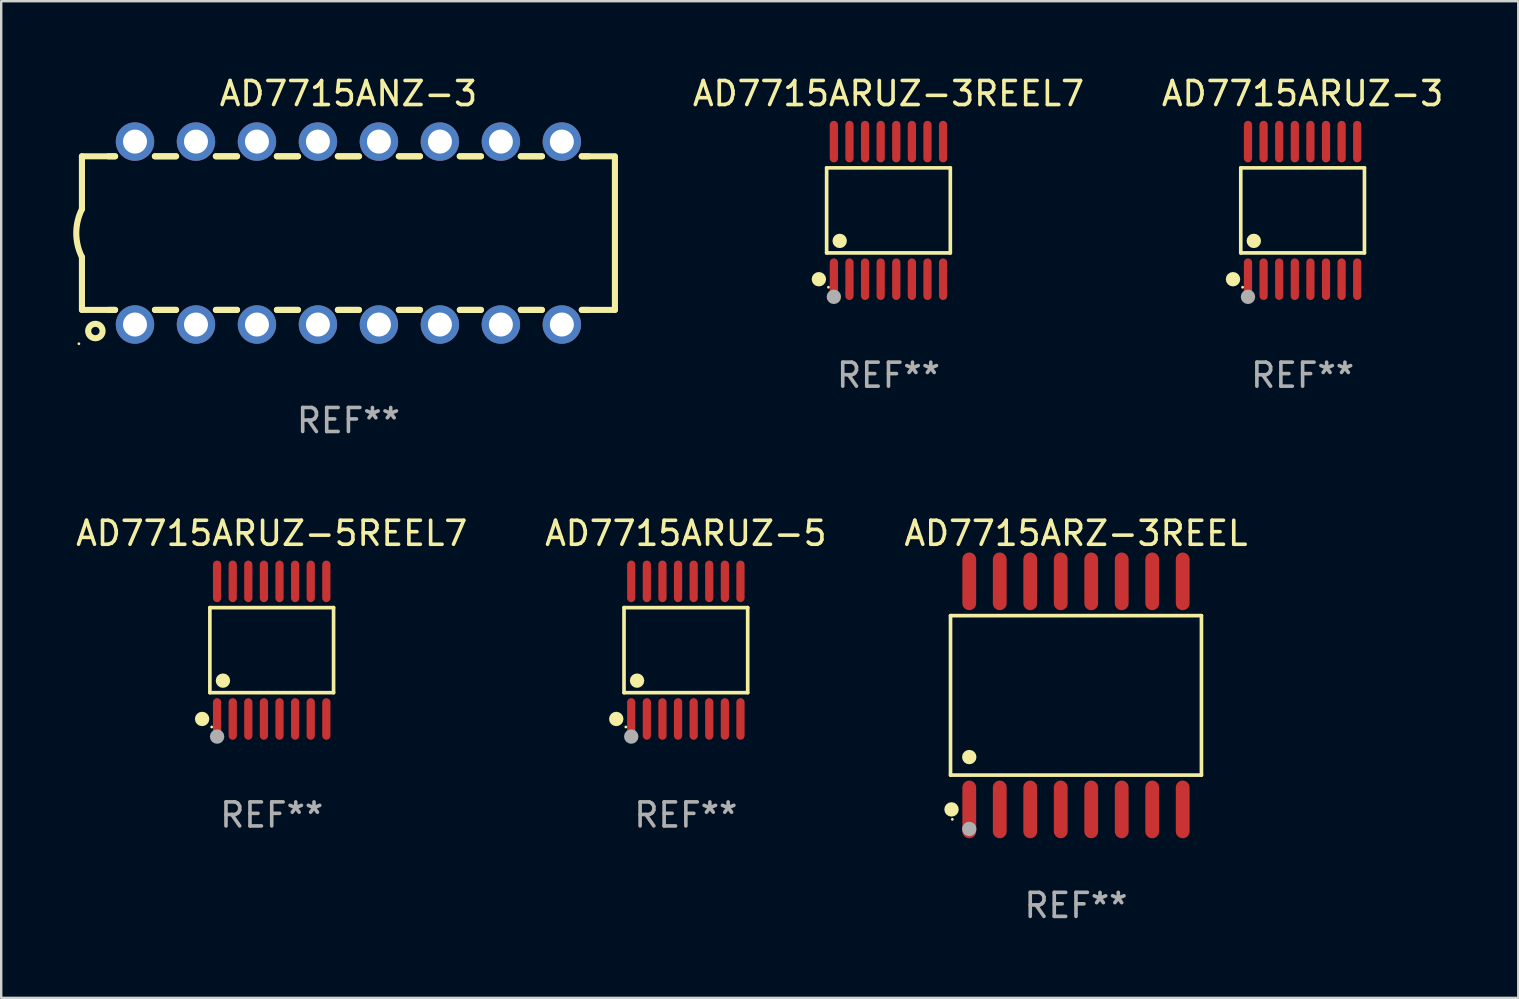
<source format=kicad_pcb>
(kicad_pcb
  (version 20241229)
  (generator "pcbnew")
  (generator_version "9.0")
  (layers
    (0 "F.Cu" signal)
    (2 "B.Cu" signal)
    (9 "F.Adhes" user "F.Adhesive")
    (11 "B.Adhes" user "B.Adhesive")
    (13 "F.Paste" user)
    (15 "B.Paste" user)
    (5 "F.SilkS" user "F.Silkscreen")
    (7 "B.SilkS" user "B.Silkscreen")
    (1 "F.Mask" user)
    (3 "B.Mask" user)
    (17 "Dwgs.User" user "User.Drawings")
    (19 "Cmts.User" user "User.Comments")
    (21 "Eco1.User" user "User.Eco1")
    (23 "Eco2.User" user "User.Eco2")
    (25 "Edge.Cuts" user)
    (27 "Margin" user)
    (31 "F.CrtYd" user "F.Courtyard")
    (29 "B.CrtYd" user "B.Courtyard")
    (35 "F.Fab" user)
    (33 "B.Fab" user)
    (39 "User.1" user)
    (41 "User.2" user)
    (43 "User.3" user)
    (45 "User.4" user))
  (footprint "AD7715ARUZ-5REEL7"
    (layer "F.Cu")
    (at 8.268 24.031)
    (property "Reference" "AD7715ARUZ-5REEL7" (at 0 -4.866 0) (layer "F.SilkS") (effects (font (size 1 1) (thickness 0.15))))
    (attr through_hole)
    (fp_line (start -2.576 -1.772) (end 2.576 -1.772) (stroke (width 0.152) (type solid)) (layer "F.SilkS"))
    (fp_line (start -2.576 1.771) (end -2.576 -1.772) (stroke (width 0.152) (type solid)) (layer "F.SilkS"))
    (fp_line (start 2.576 -1.772) (end 2.576 1.771) (stroke (width 0.152) (type solid)) (layer "F.SilkS"))
    (fp_line (start 2.576 1.771) (end -2.576 1.771) (stroke (width 0.152) (type solid)) (layer "F.SilkS"))
    (fp_circle (center -2.899 2.866) (end -2.749 2.866) (stroke (width 0.3) (type solid)) (fill no) (layer "F.SilkS"))
    (fp_circle (center -2.5 3.2) (end -2.47 3.2) (stroke (width 0.06) (type solid)) (fill no) (layer "F.SilkS"))
    (fp_circle (center -2.032 1.27) (end -1.882 1.27) (stroke (width 0.3) (type solid)) (fill no) (layer "F.SilkS"))
    (fp_circle (center -2.275 3.6) (end -2.125 3.6) (stroke (width 0.3) (type solid)) (fill no) (layer "F.Fab"))
    (fp_text user "REF**" (at 0 6.866 0) (layer "F.Fab") (effects (font (size 1 1) (thickness 0.15))))
    (pad "1" smd oval (at -2.275 2.866) (size 0.343 1.731) (layers "F.Cu" "F.Mask" "F.Paste"))
    (pad "2" smd oval (at -1.625 2.866) (size 0.343 1.731) (layers "F.Cu" "F.Mask" "F.Paste"))
    (pad "3" smd oval (at -0.975 2.866) (size 0.343 1.731) (layers "F.Cu" "F.Mask" "F.Paste"))
    (pad "4" smd oval (at -0.325 2.866) (size 0.343 1.731) (layers "F.Cu" "F.Mask" "F.Paste"))
    (pad "5" smd oval (at 0.325 2.866) (size 0.343 1.731) (layers "F.Cu" "F.Mask" "F.Paste"))
    (pad "6" smd oval (at 0.975 2.866) (size 0.343 1.731) (layers "F.Cu" "F.Mask" "F.Paste"))
    (pad "7" smd oval (at 1.625 2.866) (size 0.343 1.731) (layers "F.Cu" "F.Mask" "F.Paste"))
    (pad "8" smd oval (at 2.275 2.866) (size 0.343 1.731) (layers "F.Cu" "F.Mask" "F.Paste"))
    (pad "9" smd oval (at 2.275 -2.866) (size 0.343 1.731) (layers "F.Cu" "F.Mask" "F.Paste"))
    (pad "10" smd oval (at 1.625 -2.866) (size 0.343 1.731) (layers "F.Cu" "F.Mask" "F.Paste"))
    (pad "11" smd oval (at 0.975 -2.866) (size 0.343 1.731) (layers "F.Cu" "F.Mask" "F.Paste"))
    (pad "12" smd oval (at 0.325 -2.866) (size 0.343 1.731) (layers "F.Cu" "F.Mask" "F.Paste"))
    (pad "13" smd oval (at -0.325 -2.866) (size 0.343 1.731) (layers "F.Cu" "F.Mask" "F.Paste"))
    (pad "14" smd oval (at -0.975 -2.866) (size 0.343 1.731) (layers "F.Cu" "F.Mask" "F.Paste"))
    (pad "15" smd oval (at -1.625 -2.866) (size 0.343 1.731) (layers "F.Cu" "F.Mask" "F.Paste"))
    (pad "16" smd oval (at -2.275 -2.866) (size 0.343 1.731) (layers "F.Cu" "F.Mask" "F.Paste")))
  (footprint "AD7715ARUZ-3REEL7"
    (layer "F.Cu")
    (at 33.958 5.714)
    (property "Reference" "AD7715ARUZ-3REEL7" (at 0 -4.866 0) (layer "F.SilkS") (effects (font (size 1 1) (thickness 0.15))))
    (attr through_hole)
    (fp_line (start -2.576 -1.772) (end 2.576 -1.772) (stroke (width 0.152) (type solid)) (layer "F.SilkS"))
    (fp_line (start -2.576 1.771) (end -2.576 -1.772) (stroke (width 0.152) (type solid)) (layer "F.SilkS"))
    (fp_line (start 2.576 -1.772) (end 2.576 1.771) (stroke (width 0.152) (type solid)) (layer "F.SilkS"))
    (fp_line (start 2.576 1.771) (end -2.576 1.771) (stroke (width 0.152) (type solid)) (layer "F.SilkS"))
    (fp_circle (center -2.899 2.866) (end -2.749 2.866) (stroke (width 0.3) (type solid)) (fill no) (layer "F.SilkS"))
    (fp_circle (center -2.5 3.2) (end -2.47 3.2) (stroke (width 0.06) (type solid)) (fill no) (layer "F.SilkS"))
    (fp_circle (center -2.032 1.27) (end -1.882 1.27) (stroke (width 0.3) (type solid)) (fill no) (layer "F.SilkS"))
    (fp_circle (center -2.275 3.6) (end -2.125 3.6) (stroke (width 0.3) (type solid)) (fill no) (layer "F.Fab"))
    (fp_text user "REF**" (at 0 6.866 0) (layer "F.Fab") (effects (font (size 1 1) (thickness 0.15))))
    (pad "1" smd oval (at -2.275 2.866) (size 0.343 1.731) (layers "F.Cu" "F.Mask" "F.Paste"))
    (pad "2" smd oval (at -1.625 2.866) (size 0.343 1.731) (layers "F.Cu" "F.Mask" "F.Paste"))
    (pad "3" smd oval (at -0.975 2.866) (size 0.343 1.731) (layers "F.Cu" "F.Mask" "F.Paste"))
    (pad "4" smd oval (at -0.325 2.866) (size 0.343 1.731) (layers "F.Cu" "F.Mask" "F.Paste"))
    (pad "5" smd oval (at 0.325 2.866) (size 0.343 1.731) (layers "F.Cu" "F.Mask" "F.Paste"))
    (pad "6" smd oval (at 0.975 2.866) (size 0.343 1.731) (layers "F.Cu" "F.Mask" "F.Paste"))
    (pad "7" smd oval (at 1.625 2.866) (size 0.343 1.731) (layers "F.Cu" "F.Mask" "F.Paste"))
    (pad "8" smd oval (at 2.275 2.866) (size 0.343 1.731) (layers "F.Cu" "F.Mask" "F.Paste"))
    (pad "9" smd oval (at 2.275 -2.866) (size 0.343 1.731) (layers "F.Cu" "F.Mask" "F.Paste"))
    (pad "10" smd oval (at 1.625 -2.866) (size 0.343 1.731) (layers "F.Cu" "F.Mask" "F.Paste"))
    (pad "11" smd oval (at 0.975 -2.866) (size 0.343 1.731) (layers "F.Cu" "F.Mask" "F.Paste"))
    (pad "12" smd oval (at 0.325 -2.866) (size 0.343 1.731) (layers "F.Cu" "F.Mask" "F.Paste"))
    (pad "13" smd oval (at -0.325 -2.866) (size 0.343 1.731) (layers "F.Cu" "F.Mask" "F.Paste"))
    (pad "14" smd oval (at -0.975 -2.866) (size 0.343 1.731) (layers "F.Cu" "F.Mask" "F.Paste"))
    (pad "15" smd oval (at -1.625 -2.866) (size 0.343 1.731) (layers "F.Cu" "F.Mask" "F.Paste"))
    (pad "16" smd oval (at -2.275 -2.866) (size 0.343 1.731) (layers "F.Cu" "F.Mask" "F.Paste")))
  (footprint "AD7715ARZ-3REEL"
    (layer "F.Cu")
    (at 41.768 25.915)
    (property "Reference" "AD7715ARZ-3REEL" (at 0 -6.75 0) (layer "F.SilkS") (effects (font (size 1 1) (thickness 0.15))))
    (attr through_hole)
    (fp_line (start -5.226 -3.321) (end 5.226 -3.321) (stroke (width 0.152) (type solid)) (layer "F.SilkS"))
    (fp_line (start -5.226 3.321) (end -5.226 -3.321) (stroke (width 0.152) (type solid)) (layer "F.SilkS"))
    (fp_line (start 5.226 -3.321) (end 5.226 3.321) (stroke (width 0.152) (type solid)) (layer "F.SilkS"))
    (fp_line (start 5.226 3.321) (end -5.226 3.321) (stroke (width 0.152) (type solid)) (layer "F.SilkS"))
    (fp_circle (center -5.184 4.75) (end -5.034 4.75) (stroke (width 0.3) (type solid)) (fill no) (layer "F.SilkS"))
    (fp_circle (center -5.15 5.163) (end -5.12 5.163) (stroke (width 0.06) (type solid)) (fill no) (layer "F.SilkS"))
    (fp_circle (center -4.445 2.569) (end -4.295 2.569) (stroke (width 0.3) (type solid)) (fill no) (layer "F.SilkS"))
    (fp_circle (center -4.445 5.563) (end -4.295 5.563) (stroke (width 0.3) (type solid)) (fill no) (layer "F.Fab"))
    (fp_text user "REF**" (at 0 8.75 0) (layer "F.Fab") (effects (font (size 1 1) (thickness 0.15))))
    (pad "1" smd oval (at -4.445 4.75) (size 0.574 2.401) (layers "F.Cu" "F.Mask" "F.Paste"))
    (pad "2" smd oval (at -3.175 4.75) (size 0.574 2.401) (layers "F.Cu" "F.Mask" "F.Paste"))
    (pad "3" smd oval (at -1.905 4.75) (size 0.574 2.401) (layers "F.Cu" "F.Mask" "F.Paste"))
    (pad "4" smd oval (at -0.635 4.75) (size 0.574 2.401) (layers "F.Cu" "F.Mask" "F.Paste"))
    (pad "5" smd oval (at 0.635 4.75) (size 0.574 2.401) (layers "F.Cu" "F.Mask" "F.Paste"))
    (pad "6" smd oval (at 1.905 4.75) (size 0.574 2.401) (layers "F.Cu" "F.Mask" "F.Paste"))
    (pad "7" smd oval (at 3.175 4.75) (size 0.574 2.401) (layers "F.Cu" "F.Mask" "F.Paste"))
    (pad "8" smd oval (at 4.445 4.75) (size 0.574 2.401) (layers "F.Cu" "F.Mask" "F.Paste"))
    (pad "9" smd oval (at 4.445 -4.75) (size 0.574 2.401) (layers "F.Cu" "F.Mask" "F.Paste"))
    (pad "10" smd oval (at 3.175 -4.75) (size 0.574 2.401) (layers "F.Cu" "F.Mask" "F.Paste"))
    (pad "11" smd oval (at 1.905 -4.75) (size 0.574 2.401) (layers "F.Cu" "F.Mask" "F.Paste"))
    (pad "12" smd oval (at 0.635 -4.75) (size 0.574 2.401) (layers "F.Cu" "F.Mask" "F.Paste"))
    (pad "13" smd oval (at -0.635 -4.75) (size 0.574 2.401) (layers "F.Cu" "F.Mask" "F.Paste"))
    (pad "14" smd oval (at -1.905 -4.75) (size 0.574 2.401) (layers "F.Cu" "F.Mask" "F.Paste"))
    (pad "15" smd oval (at -3.175 -4.75) (size 0.574 2.401) (layers "F.Cu" "F.Mask" "F.Paste"))
    (pad "16" smd oval (at -4.445 -4.75) (size 0.574 2.401) (layers "F.Cu" "F.Mask" "F.Paste")))
  (footprint "AD7715ANZ-3"
    (layer "F.Cu")
    (at 11.463 6.658)
    (property "Reference" "AD7715ANZ-3" (at 0 -5.81 0) (layer "F.SilkS") (effects (font (size 1 1) (thickness 0.15))))
    (attr through_hole)
    (fp_line (start -11.1 -3.198) (end -9.719 -3.198) (stroke (width 0.254) (type solid)) (layer "F.SilkS"))
    (fp_line (start -11.1 -0.998) (end -11.1 -3.198) (stroke (width 0.254) (type solid)) (layer "F.SilkS"))
    (fp_line (start -11.1 3.2) (end -11.1 1) (stroke (width 0.254) (type solid)) (layer "F.SilkS"))
    (fp_line (start -11.1 3.2) (end -9.721 3.2) (stroke (width 0.254) (type solid)) (layer "F.SilkS"))
    (fp_line (start -10 -3.198) (end -9.719 -3.198) (stroke (width 0.254) (type solid)) (layer "F.SilkS"))
    (fp_line (start -10 3.2) (end -9.721 3.2) (stroke (width 0.254) (type solid)) (layer "F.SilkS"))
    (fp_line (start -8.061 -3.198) (end -7.179 -3.198) (stroke (width 0.254) (type solid)) (layer "F.SilkS"))
    (fp_line (start -8.061 -3.198) (end -7.179 -3.198) (stroke (width 0.254) (type solid)) (layer "F.SilkS"))
    (fp_line (start -8.059 3.2) (end -7.181 3.2) (stroke (width 0.254) (type solid)) (layer "F.SilkS"))
    (fp_line (start -8.059 3.2) (end -7.181 3.2) (stroke (width 0.254) (type solid)) (layer "F.SilkS"))
    (fp_line (start -5.521 -3.198) (end -4.639 -3.198) (stroke (width 0.254) (type solid)) (layer "F.SilkS"))
    (fp_line (start -5.521 -3.198) (end -4.639 -3.198) (stroke (width 0.254) (type solid)) (layer "F.SilkS"))
    (fp_line (start -5.519 3.2) (end -4.641 3.2) (stroke (width 0.254) (type solid)) (layer "F.SilkS"))
    (fp_line (start -5.519 3.2) (end -4.641 3.2) (stroke (width 0.254) (type solid)) (layer "F.SilkS"))
    (fp_line (start -2.981 -3.198) (end -2.099 -3.198) (stroke (width 0.254) (type solid)) (layer "F.SilkS"))
    (fp_line (start -2.981 -3.198) (end -2.099 -3.198) (stroke (width 0.254) (type solid)) (layer "F.SilkS"))
    (fp_line (start -2.979 3.2) (end -2.101 3.2) (stroke (width 0.254) (type solid)) (layer "F.SilkS"))
    (fp_line (start -2.979 3.2) (end -2.101 3.2) (stroke (width 0.254) (type solid)) (layer "F.SilkS"))
    (fp_line (start -0.441 -3.198) (end 0.441 -3.198) (stroke (width 0.254) (type solid)) (layer "F.SilkS"))
    (fp_line (start -0.441 -3.198) (end 0.441 -3.198) (stroke (width 0.254) (type solid)) (layer "F.SilkS"))
    (fp_line (start -0.439 3.2) (end 0.439 3.2) (stroke (width 0.254) (type solid)) (layer "F.SilkS"))
    (fp_line (start -0.439 3.2) (end 0.439 3.2) (stroke (width 0.254) (type solid)) (layer "F.SilkS"))
    (fp_line (start 2.099 -3.198) (end 2.981 -3.198) (stroke (width 0.254) (type solid)) (layer "F.SilkS"))
    (fp_line (start 2.099 -3.198) (end 2.981 -3.198) (stroke (width 0.254) (type solid)) (layer "F.SilkS"))
    (fp_line (start 2.101 3.2) (end 2.979 3.2) (stroke (width 0.254) (type solid)) (layer "F.SilkS"))
    (fp_line (start 2.101 3.2) (end 2.979 3.2) (stroke (width 0.254) (type solid)) (layer "F.SilkS"))
    (fp_line (start 4.639 -3.198) (end 5.521 -3.198) (stroke (width 0.254) (type solid)) (layer "F.SilkS"))
    (fp_line (start 4.639 -3.198) (end 5.521 -3.198) (stroke (width 0.254) (type solid)) (layer "F.SilkS"))
    (fp_line (start 4.641 3.2) (end 5.519 3.2) (stroke (width 0.254) (type solid)) (layer "F.SilkS"))
    (fp_line (start 4.641 3.2) (end 5.519 3.2) (stroke (width 0.254) (type solid)) (layer "F.SilkS"))
    (fp_line (start 7.179 -3.198) (end 8.061 -3.198) (stroke (width 0.254) (type solid)) (layer "F.SilkS"))
    (fp_line (start 7.179 -3.198) (end 8.061 -3.198) (stroke (width 0.254) (type solid)) (layer "F.SilkS"))
    (fp_line (start 7.181 3.2) (end 8.059 3.2) (stroke (width 0.254) (type solid)) (layer "F.SilkS"))
    (fp_line (start 7.181 3.2) (end 8.059 3.2) (stroke (width 0.254) (type solid)) (layer "F.SilkS"))
    (fp_line (start 9.719 -3.198) (end 10 -3.198) (stroke (width 0.254) (type solid)) (layer "F.SilkS"))
    (fp_line (start 9.719 -3.198) (end 11 -3.198) (stroke (width 0.254) (type solid)) (layer "F.SilkS"))
    (fp_line (start 9.721 3.2) (end 11.1 3.2) (stroke (width 0.254) (type solid)) (layer "F.SilkS"))
    (fp_line (start 9.721 3.2) (end 10 3.2) (stroke (width 0.254) (type solid)) (layer "F.SilkS"))
    (fp_line (start 11.1 3.2) (end 11.1 -3.2) (stroke (width 0.254) (type solid)) (layer "F.SilkS"))
    (fp_arc (start -11.099823 1.000762) (mid -11.335827 0.001303) (end -11.1 -0.998197) (stroke (width 0.254001) (type solid)) (layer "F.SilkS"))
    (fp_circle (center -11.227 4.61) (end -11.197 4.61) (stroke (width 0.06) (type solid)) (fill no) (layer "F.SilkS"))
    (fp_circle (center -10.54 4.08) (end -10.24 4.08) (stroke (width 0.254) (type solid)) (fill no) (layer "F.SilkS"))
    (fp_text user "REF**" (at 0 7.81 0) (layer "F.Fab") (effects (font (size 1 1) (thickness 0.15))))
    (pad "1" thru_hole circle (at -8.89 3.81) (size 1.6 1.6) (drill 1) (layers "*.Cu" "*.Mask"))
    (pad "2" thru_hole circle (at -6.35 3.81) (size 1.6 1.6) (drill 1) (layers "*.Cu" "*.Mask"))
    (pad "3" thru_hole circle (at -3.81 3.81) (size 1.6 1.6) (drill 1) (layers "*.Cu" "*.Mask"))
    (pad "4" thru_hole circle (at -1.27 3.81) (size 1.6 1.6) (drill 1) (layers "*.Cu" "*.Mask"))
    (pad "5" thru_hole circle (at 1.27 3.81) (size 1.6 1.6) (drill 1) (layers "*.Cu" "*.Mask"))
    (pad "6" thru_hole circle (at 3.81 3.81) (size 1.6 1.6) (drill 1) (layers "*.Cu" "*.Mask"))
    (pad "7" thru_hole circle (at 6.35 3.81) (size 1.6 1.6) (drill 1) (layers "*.Cu" "*.Mask"))
    (pad "8" thru_hole circle (at 8.89 3.81) (size 1.6 1.6) (drill 1) (layers "*.Cu" "*.Mask"))
    (pad "9" thru_hole circle (at 8.89 -3.81) (size 1.6 1.6) (drill 1) (layers "*.Cu" "*.Mask"))
    (pad "10" thru_hole circle (at 6.35 -3.81) (size 1.6 1.6) (drill 1) (layers "*.Cu" "*.Mask"))
    (pad "11" thru_hole circle (at 3.81 -3.81) (size 1.6 1.6) (drill 1) (layers "*.Cu" "*.Mask"))
    (pad "12" thru_hole circle (at 1.27 -3.81) (size 1.6 1.6) (drill 1) (layers "*.Cu" "*.Mask"))
    (pad "13" thru_hole circle (at -1.27 -3.81) (size 1.6 1.6) (drill 1) (layers "*.Cu" "*.Mask"))
    (pad "14" thru_hole circle (at -3.81 -3.81) (size 1.6 1.6) (drill 1) (layers "*.Cu" "*.Mask"))
    (pad "15" thru_hole circle (at -6.35 -3.81) (size 1.6 1.6) (drill 1) (layers "*.Cu" "*.Mask"))
    (pad "16" thru_hole circle (at -8.89 -3.81) (size 1.6 1.6) (drill 1) (layers "*.Cu" "*.Mask")))
  (footprint "AD7715ARUZ-5"
    (layer "F.Cu")
    (at 25.518 24.031)
    (property "Reference" "AD7715ARUZ-5" (at 0 -4.866 0) (layer "F.SilkS") (effects (font (size 1 1) (thickness 0.15))))
    (attr through_hole)
    (fp_line (start -2.576 -1.772) (end 2.576 -1.772) (stroke (width 0.152) (type solid)) (layer "F.SilkS"))
    (fp_line (start -2.576 1.771) (end -2.576 -1.772) (stroke (width 0.152) (type solid)) (layer "F.SilkS"))
    (fp_line (start 2.576 -1.772) (end 2.576 1.771) (stroke (width 0.152) (type solid)) (layer "F.SilkS"))
    (fp_line (start 2.576 1.771) (end -2.576 1.771) (stroke (width 0.152) (type solid)) (layer "F.SilkS"))
    (fp_circle (center -2.899 2.866) (end -2.749 2.866) (stroke (width 0.3) (type solid)) (fill no) (layer "F.SilkS"))
    (fp_circle (center -2.5 3.2) (end -2.47 3.2) (stroke (width 0.06) (type solid)) (fill no) (layer "F.SilkS"))
    (fp_circle (center -2.032 1.27) (end -1.882 1.27) (stroke (width 0.3) (type solid)) (fill no) (layer "F.SilkS"))
    (fp_circle (center -2.275 3.6) (end -2.125 3.6) (stroke (width 0.3) (type solid)) (fill no) (layer "F.Fab"))
    (fp_text user "REF**" (at 0 6.866 0) (layer "F.Fab") (effects (font (size 1 1) (thickness 0.15))))
    (pad "1" smd oval (at -2.275 2.866) (size 0.343 1.731) (layers "F.Cu" "F.Mask" "F.Paste"))
    (pad "2" smd oval (at -1.625 2.866) (size 0.343 1.731) (layers "F.Cu" "F.Mask" "F.Paste"))
    (pad "3" smd oval (at -0.975 2.866) (size 0.343 1.731) (layers "F.Cu" "F.Mask" "F.Paste"))
    (pad "4" smd oval (at -0.325 2.866) (size 0.343 1.731) (layers "F.Cu" "F.Mask" "F.Paste"))
    (pad "5" smd oval (at 0.325 2.866) (size 0.343 1.731) (layers "F.Cu" "F.Mask" "F.Paste"))
    (pad "6" smd oval (at 0.975 2.866) (size 0.343 1.731) (layers "F.Cu" "F.Mask" "F.Paste"))
    (pad "7" smd oval (at 1.625 2.866) (size 0.343 1.731) (layers "F.Cu" "F.Mask" "F.Paste"))
    (pad "8" smd oval (at 2.275 2.866) (size 0.343 1.731) (layers "F.Cu" "F.Mask" "F.Paste"))
    (pad "9" smd oval (at 2.275 -2.866) (size 0.343 1.731) (layers "F.Cu" "F.Mask" "F.Paste"))
    (pad "10" smd oval (at 1.625 -2.866) (size 0.343 1.731) (layers "F.Cu" "F.Mask" "F.Paste"))
    (pad "11" smd oval (at 0.975 -2.866) (size 0.343 1.731) (layers "F.Cu" "F.Mask" "F.Paste"))
    (pad "12" smd oval (at 0.325 -2.866) (size 0.343 1.731) (layers "F.Cu" "F.Mask" "F.Paste"))
    (pad "13" smd oval (at -0.325 -2.866) (size 0.343 1.731) (layers "F.Cu" "F.Mask" "F.Paste"))
    (pad "14" smd oval (at -0.975 -2.866) (size 0.343 1.731) (layers "F.Cu" "F.Mask" "F.Paste"))
    (pad "15" smd oval (at -1.625 -2.866) (size 0.343 1.731) (layers "F.Cu" "F.Mask" "F.Paste"))
    (pad "16" smd oval (at -2.275 -2.866) (size 0.343 1.731) (layers "F.Cu" "F.Mask" "F.Paste")))
  (footprint "AD7715ARUZ-3"
    (layer "F.Cu")
    (at 51.208 5.714)
    (property "Reference" "AD7715ARUZ-3" (at 0 -4.866 0) (layer "F.SilkS") (effects (font (size 1 1) (thickness 0.15))))
    (attr through_hole)
    (fp_line (start -2.576 -1.772) (end 2.576 -1.772) (stroke (width 0.152) (type solid)) (layer "F.SilkS"))
    (fp_line (start -2.576 1.771) (end -2.576 -1.772) (stroke (width 0.152) (type solid)) (layer "F.SilkS"))
    (fp_line (start 2.576 -1.772) (end 2.576 1.771) (stroke (width 0.152) (type solid)) (layer "F.SilkS"))
    (fp_line (start 2.576 1.771) (end -2.576 1.771) (stroke (width 0.152) (type solid)) (layer "F.SilkS"))
    (fp_circle (center -2.899 2.866) (end -2.749 2.866) (stroke (width 0.3) (type solid)) (fill no) (layer "F.SilkS"))
    (fp_circle (center -2.5 3.2) (end -2.47 3.2) (stroke (width 0.06) (type solid)) (fill no) (layer "F.SilkS"))
    (fp_circle (center -2.032 1.27) (end -1.882 1.27) (stroke (width 0.3) (type solid)) (fill no) (layer "F.SilkS"))
    (fp_circle (center -2.275 3.6) (end -2.125 3.6) (stroke (width 0.3) (type solid)) (fill no) (layer "F.Fab"))
    (fp_text user "REF**" (at 0 6.866 0) (layer "F.Fab") (effects (font (size 1 1) (thickness 0.15))))
    (pad "1" smd oval (at -2.275 2.866) (size 0.343 1.731) (layers "F.Cu" "F.Mask" "F.Paste"))
    (pad "2" smd oval (at -1.625 2.866) (size 0.343 1.731) (layers "F.Cu" "F.Mask" "F.Paste"))
    (pad "3" smd oval (at -0.975 2.866) (size 0.343 1.731) (layers "F.Cu" "F.Mask" "F.Paste"))
    (pad "4" smd oval (at -0.325 2.866) (size 0.343 1.731) (layers "F.Cu" "F.Mask" "F.Paste"))
    (pad "5" smd oval (at 0.325 2.866) (size 0.343 1.731) (layers "F.Cu" "F.Mask" "F.Paste"))
    (pad "6" smd oval (at 0.975 2.866) (size 0.343 1.731) (layers "F.Cu" "F.Mask" "F.Paste"))
    (pad "7" smd oval (at 1.625 2.866) (size 0.343 1.731) (layers "F.Cu" "F.Mask" "F.Paste"))
    (pad "8" smd oval (at 2.275 2.866) (size 0.343 1.731) (layers "F.Cu" "F.Mask" "F.Paste"))
    (pad "9" smd oval (at 2.275 -2.866) (size 0.343 1.731) (layers "F.Cu" "F.Mask" "F.Paste"))
    (pad "10" smd oval (at 1.625 -2.866) (size 0.343 1.731) (layers "F.Cu" "F.Mask" "F.Paste"))
    (pad "11" smd oval (at 0.975 -2.866) (size 0.343 1.731) (layers "F.Cu" "F.Mask" "F.Paste"))
    (pad "12" smd oval (at 0.325 -2.866) (size 0.343 1.731) (layers "F.Cu" "F.Mask" "F.Paste"))
    (pad "13" smd oval (at -0.325 -2.866) (size 0.343 1.731) (layers "F.Cu" "F.Mask" "F.Paste"))
    (pad "14" smd oval (at -0.975 -2.866) (size 0.343 1.731) (layers "F.Cu" "F.Mask" "F.Paste"))
    (pad "15" smd oval (at -1.625 -2.866) (size 0.343 1.731) (layers "F.Cu" "F.Mask" "F.Paste"))
    (pad "16" smd oval (at -2.275 -2.866) (size 0.343 1.731) (layers "F.Cu" "F.Mask" "F.Paste")))
  (gr_rect
    (start -3 -3)
    (end 60.19 38.514)
    (stroke (width 0.1) (type default))
    (fill no)
    (layer "Edge.Cuts")))
</source>
